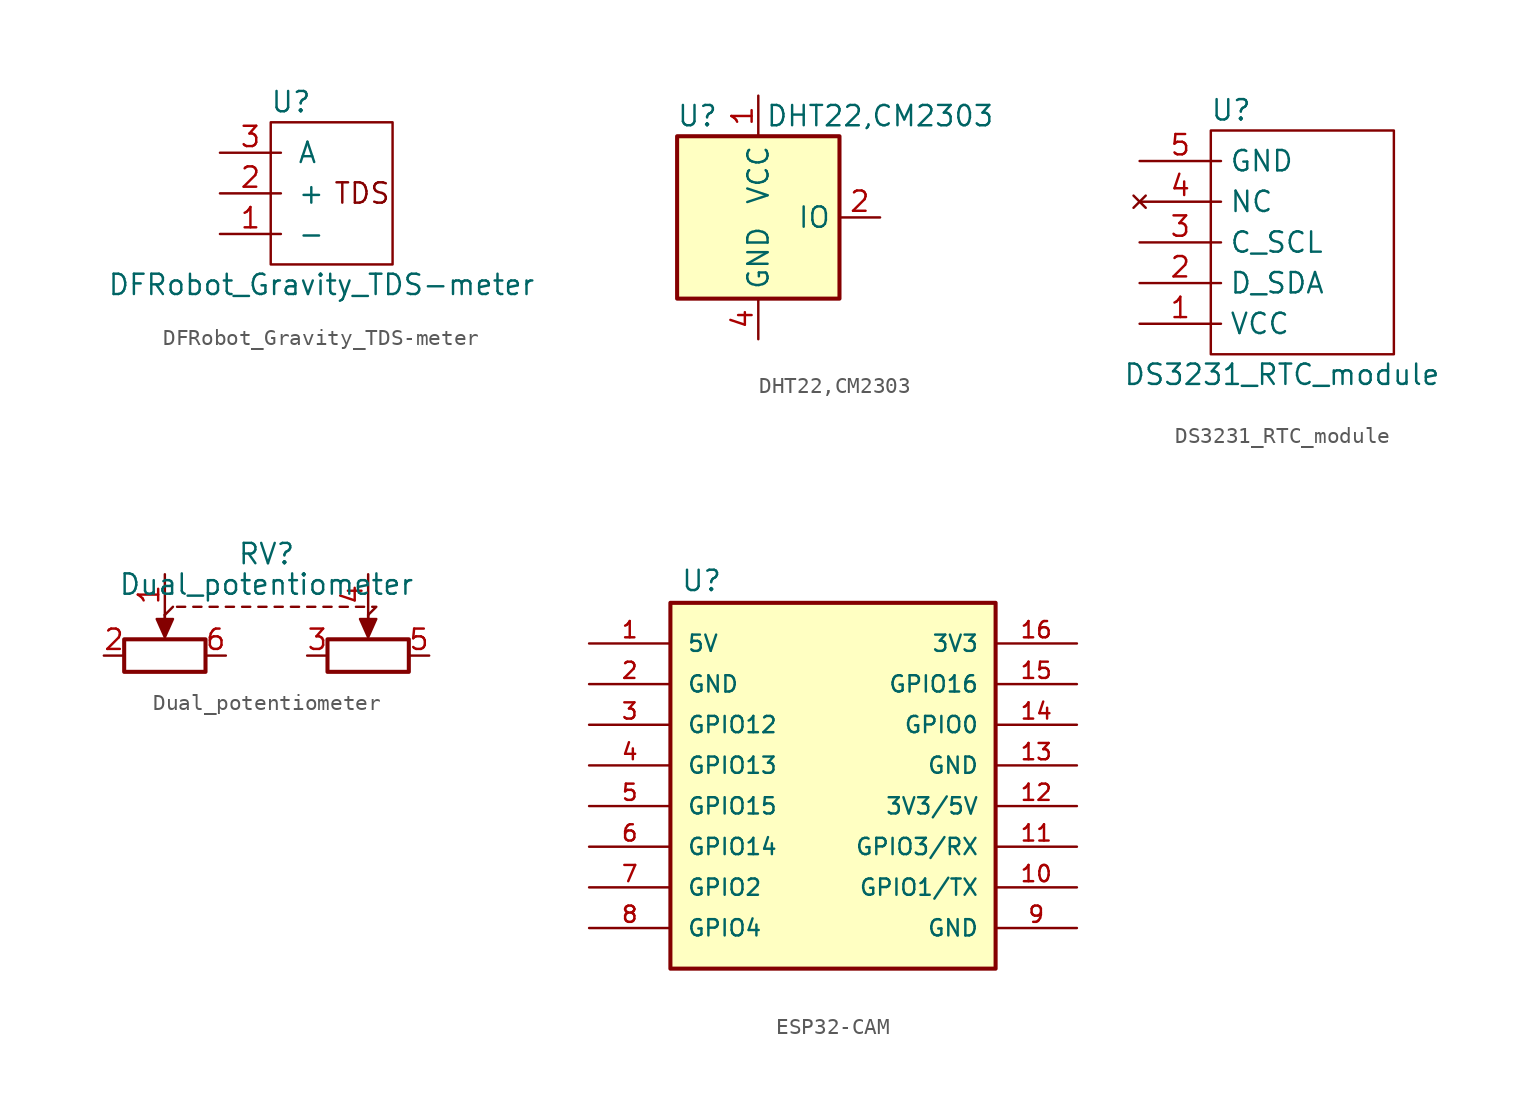
<source format=kicad_sym>
(kicad_symbol_lib
  (version 20231120)
  (generator "kicad_symbol_editor")
  (generator_version "8.0")
  (symbol "DFRobot_Gravity_TDS-meter"
    (pin_names
      (offset 1.016))
    (property "Reference" "U"
      (at 4.445 3.175 0)
      (effects (font (size 1.27 1.27))))
    (property "Value" "DFRobot_Gravity_TDS-meter"
      (at 6.35 -8.255 0)
      (effects (font (size 1.27 1.27))))
    (symbol "DFRobot_Gravity_TDS-meter_0_0"
      (text "TDS" (at 8.89 -2.54 0) (effects (font (size 1.27 1.27)))))
    (symbol "DFRobot_Gravity_TDS-meter_0_1"
      (rectangle (start 3.175 1.905) (end 10.795 -6.985) (stroke (width 0) (type default)) (fill (type none))))
    (symbol "DFRobot_Gravity_TDS-meter_1_1"
      (pin power_in line (at 0 -5.08 0) (length 3.81) (name "-" (effects (font (size 1.27 1.27)))) (number "1" (effects (font (size 1.27 1.27)))))
      (pin power_in line (at 0 -2.54 0) (length 3.81) (name "+" (effects (font (size 1.27 1.27)))) (number "2" (effects (font (size 1.27 1.27)))))
      (pin output line (at 0 0 0) (length 3.81) (name "A" (effects (font (size 1.27 1.27)))) (number "3" (effects (font (size 1.27 1.27)))))))
  (symbol "DHT22,CM2303"
    (property "Reference" "U"
      (at -3.81 6.35 0)
      (effects (font (size 1.27 1.27))))
    (property "Value" "DHT22,CM2303"
      (at 7.62 6.35 0)
      (effects (font (size 1.27 1.27))))
    (symbol "DHT22,CM2303_0_1"
      (rectangle (start -5.08 5.08) (end 5.08 -5.08) (stroke (width 0.254) (type default)) (fill (type background))))
    (symbol "DHT22,CM2303_1_1"
      (pin power_in line (at 0 7.62 270) (length 2.54) (name "VCC" (effects (font (size 1.27 1.27)))) (number "1" (effects (font (size 1.27 1.27)))))
      (pin bidirectional line (at 7.62 0 180) (length 2.54) (name "IO" (effects (font (size 1.27 1.27)))) (number "2" (effects (font (size 1.27 1.27)))))
      (pin no_connect line (at -5.08 0 0) (length 2.54) hide (name "NC" (effects (font (size 1.27 1.27)))) (number "3" (effects (font (size 1.27 1.27)))))
      (pin power_in line (at 0 -7.62 90) (length 2.54) (name "GND" (effects (font (size 1.27 1.27)))) (number "4" (effects (font (size 1.27 1.27)))))))
  (symbol "DS3231_RTC_module"
    (property "Reference" "U"
      (at 5.715 3.175 0)
      (effects (font (size 1.27 1.27))))
    (property "Value" "DS3231_RTC_module"
      (at 8.89 -13.335 0)
      (effects (font (size 1.27 1.27))))
    (symbol "DS3231_RTC_module_0_1"
      (polyline (pts (xy 4.445 1.905) (xy 4.445 -12.065) (xy 15.875 -12.065) (xy 15.875 1.905) (xy 4.445 1.905)) (stroke (width 0.152) (type default)) (fill (type none))))
    (symbol "DS3231_RTC_module_1_1"
      (pin power_in line (at 0 -10.16 0) (length 5.08) (name "VCC" (effects (font (size 1.27 1.27)))) (number "1" (effects (font (size 1.27 1.27)))))
      (pin bidirectional line (at 0 -7.62 0) (length 5.08) (name "D_SDA" (effects (font (size 1.27 1.27)))) (number "2" (effects (font (size 1.27 1.27)))))
      (pin bidirectional line (at 0 -5.08 0) (length 5.08) (name "C_SCL" (effects (font (size 1.27 1.27)))) (number "3" (effects (font (size 1.27 1.27)))))
      (pin no_connect line (at 0 -2.54 0) (length 5.08) (name "NC" (effects (font (size 1.27 1.27)))) (number "4" (effects (font (size 1.27 1.27)))))
      (pin power_in line (at 0 0 0) (length 5.08) (name "GND" (effects (font (size 1.27 1.27)))) (number "5" (effects (font (size 1.27 1.27)))))))
  (symbol "Dual_potentiometer"
    (pin_names
      (offset 1.016) hide)
    (property "Reference" "RV"
      (at 0 3.81 0)
      (effects (font (size 1.27 1.27))))
    (property "Value" "Dual_potentiometer"
      (at 0 1.905 0)
      (effects (font (size 1.27 1.27))))
    (symbol "Dual_potentiometer_0_1"
      (rectangle (start -8.89 -1.524) (end -3.81 -3.556) (stroke (width 0.254) (type default)) (fill (type none)))
      (polyline (pts (xy -6.35 0) (xy -6.35 -1.016)) (stroke (width 0) (type default)) (fill (type none)))
      (polyline (pts (xy -6.35 0) (xy -6.35 -1.016)) (stroke (width 0) (type default)) (fill (type none)))
      (polyline (pts (xy -6.35 0) (xy -5.842 0.508)) (stroke (width 0) (type default)) (fill (type none)))
      (polyline (pts (xy -5.588 0.508) (xy -5.08 0.508)) (stroke (width 0) (type default)) (fill (type none)))
      (polyline (pts (xy -4.572 0.508) (xy -4.064 0.508)) (stroke (width 0) (type default)) (fill (type none)))
      (polyline (pts (xy -3.556 0.508) (xy -3.048 0.508)) (stroke (width 0) (type default)) (fill (type none)))
      (polyline (pts (xy -2.54 0.508) (xy -2.032 0.508)) (stroke (width 0) (type default)) (fill (type none)))
      (polyline (pts (xy -1.524 0.508) (xy -1.016 0.508)) (stroke (width 0) (type default)) (fill (type none)))
      (polyline (pts (xy -0.508 0.508) (xy 0 0.508)) (stroke (width 0) (type default)) (fill (type none)))
      (polyline (pts (xy 0.508 0.508) (xy 1.016 0.508)) (stroke (width 0) (type default)) (fill (type none)))
      (polyline (pts (xy 1.524 0.508) (xy 2.032 0.508)) (stroke (width 0) (type default)) (fill (type none)))
      (polyline (pts (xy 2.54 0.508) (xy 3.048 0.508)) (stroke (width 0) (type default)) (fill (type none)))
      (polyline (pts (xy 3.556 0.508) (xy 4.064 0.508)) (stroke (width 0) (type default)) (fill (type none)))
      (polyline (pts (xy 4.572 0.508) (xy 5.08 0.508)) (stroke (width 0) (type default)) (fill (type none)))
      (polyline (pts (xy 5.588 0.508) (xy 6.096 0.508)) (stroke (width 0) (type default)) (fill (type none)))
      (polyline (pts (xy 6.35 0) (xy 6.35 -1.016)) (stroke (width 0) (type default)) (fill (type none)))
      (polyline (pts (xy 6.35 0) (xy 6.35 -1.016)) (stroke (width 0) (type default)) (fill (type none)))
      (polyline (pts (xy 6.604 0.508) (xy 6.858 0.508) (xy 6.35 0)) (stroke (width 0) (type default)) (fill (type none)))
      (polyline (pts (xy -6.35 -1.397) (xy -6.858 -0.254) (xy -5.842 -0.254) (xy -6.35 -1.397)) (stroke (width 0) (type default)) (fill (type outline)))
      (polyline (pts (xy 6.35 -1.397) (xy 5.842 -0.254) (xy 6.858 -0.254) (xy 6.35 -1.397)) (stroke (width 0) (type default)) (fill (type outline)))
      (rectangle (start 3.81 -1.524) (end 8.89 -3.556) (stroke (width 0.254) (type default)) (fill (type none))))
    (symbol "Dual_potentiometer_1_1"
      (pin passive line (at -6.35 2.54 270) (length 2.54) (name "2" (effects (font (size 1.27 1.27)))) (number "1" (effects (font (size 1.27 1.27)))))
      (pin passive line (at -10.16 -2.54 0) (length 1.27) (name "1" (effects (font (size 1.27 1.27)))) (number "2" (effects (font (size 1.27 1.27)))))
      (pin passive line (at 2.54 -2.54 0) (length 1.27) (name "4" (effects (font (size 1.27 1.27)))) (number "3" (effects (font (size 1.27 1.27)))))
      (pin passive line (at 6.35 2.54 270) (length 2.54) (name "5" (effects (font (size 1.27 1.27)))) (number "4" (effects (font (size 1.27 1.27)))))
      (pin passive line (at 10.16 -2.54 180) (length 1.27) (name "6" (effects (font (size 1.27 1.27)))) (number "5" (effects (font (size 1.27 1.27)))))
      (pin passive line (at -2.54 -2.54 180) (length 1.27) (name "3" (effects (font (size 1.27 1.27)))) (number "6" (effects (font (size 1.27 1.27)))))))
  (symbol "ESP32-CAM"
    (pin_names
      (offset 1.016))
    (property "Reference" "U"
      (at -9.525 18.415 0)
      (effects (font (size 1.27 1.27)) (justify left bottom)))
    (property "ki_locked" ""
      (at 0 0 0)
      (effects (font (size 1.27 1.27))))
    (symbol "ESP32-CAM_0_0"
      (rectangle (start -10.16 -5.08) (end 10.16 17.78) (stroke (width 0.254) (type default)) (fill (type background)))
      (pin power_in line (at -15.24 15.24 0) (length 5.08) (name "5V" (effects (font (size 1.016 1.016)))) (number "1" (effects (font (size 1.016 1.016)))))
      (pin bidirectional line (at 15.24 0 180) (length 5.08) (name "GPIO1/TX" (effects (font (size 1.016 1.016)))) (number "10" (effects (font (size 1.016 1.016)))))
      (pin bidirectional line (at 15.24 2.54 180) (length 5.08) (name "GPIO3/RX" (effects (font (size 1.016 1.016)))) (number "11" (effects (font (size 1.016 1.016)))))
      (pin power_in line (at 15.24 5.08 180) (length 5.08) (name "3V3/5V" (effects (font (size 1.016 1.016)))) (number "12" (effects (font (size 1.016 1.016)))))
      (pin power_in line (at 15.24 7.62 180) (length 5.08) (name "GND" (effects (font (size 1.016 1.016)))) (number "13" (effects (font (size 1.016 1.016)))))
      (pin bidirectional line (at 15.24 10.16 180) (length 5.08) (name "GPIO0" (effects (font (size 1.016 1.016)))) (number "14" (effects (font (size 1.016 1.016)))))
      (pin bidirectional line (at 15.24 12.7 180) (length 5.08) (name "GPIO16" (effects (font (size 1.016 1.016)))) (number "15" (effects (font (size 1.016 1.016)))))
      (pin power_in line (at 15.24 15.24 180) (length 5.08) (name "3V3" (effects (font (size 1.016 1.016)))) (number "16" (effects (font (size 1.016 1.016)))))
      (pin power_in line (at -15.24 12.7 0) (length 5.08) (name "GND" (effects (font (size 1.016 1.016)))) (number "2" (effects (font (size 1.016 1.016)))))
      (pin bidirectional line (at -15.24 10.16 0) (length 5.08) (name "GPIO12" (effects (font (size 1.016 1.016)))) (number "3" (effects (font (size 1.016 1.016)))))
      (pin bidirectional line (at -15.24 7.62 0) (length 5.08) (name "GPIO13" (effects (font (size 1.016 1.016)))) (number "4" (effects (font (size 1.016 1.016)))))
      (pin bidirectional line (at -15.24 5.08 0) (length 5.08) (name "GPIO15" (effects (font (size 1.016 1.016)))) (number "5" (effects (font (size 1.016 1.016)))))
      (pin bidirectional line (at -15.24 2.54 0) (length 5.08) (name "GPIO14" (effects (font (size 1.016 1.016)))) (number "6" (effects (font (size 1.016 1.016)))))
      (pin bidirectional line (at -15.24 0 0) (length 5.08) (name "GPIO2" (effects (font (size 1.016 1.016)))) (number "7" (effects (font (size 1.016 1.016)))))
      (pin bidirectional line (at -15.24 -2.54 0) (length 5.08) (name "GPIO4" (effects (font (size 1.016 1.016)))) (number "8" (effects (font (size 1.016 1.016)))))
      (pin power_in line (at 15.24 -2.54 180) (length 5.08) (name "GND" (effects (font (size 1.016 1.016)))) (number "9" (effects (font (size 1.016 1.016))))))))
</source>
